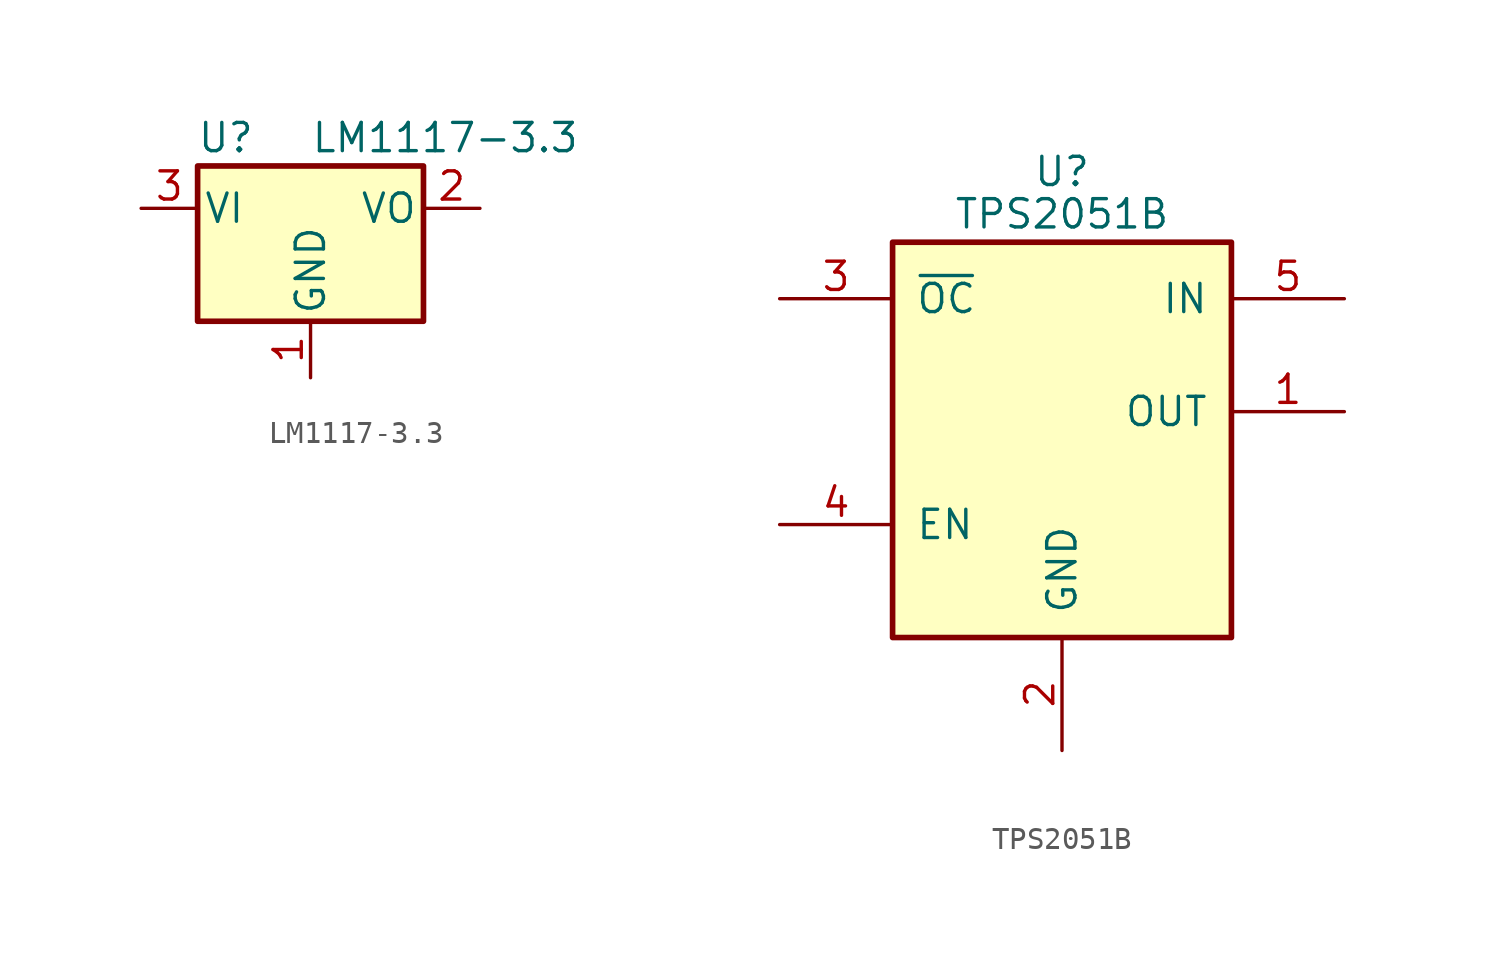
<source format=kicad_sym>
(kicad_symbol_lib
  (version 20231120)
  (generator "kicad_symbol_editor")
  (generator_version "8.0")
  (symbol "LM1117-3.3"
    (pin_names
      (offset 0.254))
    (property "Reference" "U"
      (at -3.81 3.175 0)
      (effects (font (size 1.27 1.27))))
    (property "Value" "LM1117-3.3"
      (at 0 3.175 0)
      (effects (font (size 1.27 1.27)) (justify left)))
    (symbol "LM1117-3.3_0_1"
      (rectangle (start -5.08 -5.08) (end 5.08 1.905) (stroke (width 0.254) (type solid)) (fill (type background))))
    (symbol "LM1117-3.3_1_1"
      (pin power_in line (at 0 -7.62 90) (length 2.54) (name "GND" (effects (font (size 1.27 1.27)))) (number "1" (effects (font (size 1.27 1.27)))))
      (pin power_out line (at 7.62 0 180) (length 2.54) (name "VO" (effects (font (size 1.27 1.27)))) (number "2" (effects (font (size 1.27 1.27)))))
      (pin power_in line (at -7.62 0 0) (length 2.54) (name "VI" (effects (font (size 1.27 1.27)))) (number "3" (effects (font (size 1.27 1.27)))))))
  (symbol "TPS2051B"
    (pin_names
      (offset 1.016))
    (property "Reference" "U"
      (at 0 10.795 0)
      (effects (font (size 1.27 1.27))))
    (property "Value" "TPS2051B"
      (at 0 8.89 0)
      (effects (font (size 1.27 1.27))))
    (symbol "TPS2051B_0_1"
      (rectangle (start -7.62 7.62) (end 7.62 -10.16) (stroke (width 0.254) (type solid)) (fill (type background))))
    (symbol "TPS2051B_1_1"
      (pin power_out line (at 12.7 0 180) (length 5.08) (name "OUT" (effects (font (size 1.27 1.27)))) (number "1" (effects (font (size 1.27 1.27)))))
      (pin power_in line (at 0 -15.24 90) (length 5.08) (name "GND" (effects (font (size 1.27 1.27)))) (number "2" (effects (font (size 1.27 1.27)))))
      (pin open_collector line (at -12.7 5.08 0) (length 5.08) (name "~{OC}" (effects (font (size 1.27 1.27)))) (number "3" (effects (font (size 1.27 1.27)))))
      (pin input line (at -12.7 -5.08 0) (length 5.08) (name "EN" (effects (font (size 1.27 1.27)))) (number "4" (effects (font (size 1.27 1.27)))))
      (pin power_in line (at 12.7 5.08 180) (length 5.08) (name "IN" (effects (font (size 1.27 1.27)))) (number "5" (effects (font (size 1.27 1.27))))))))
</source>
